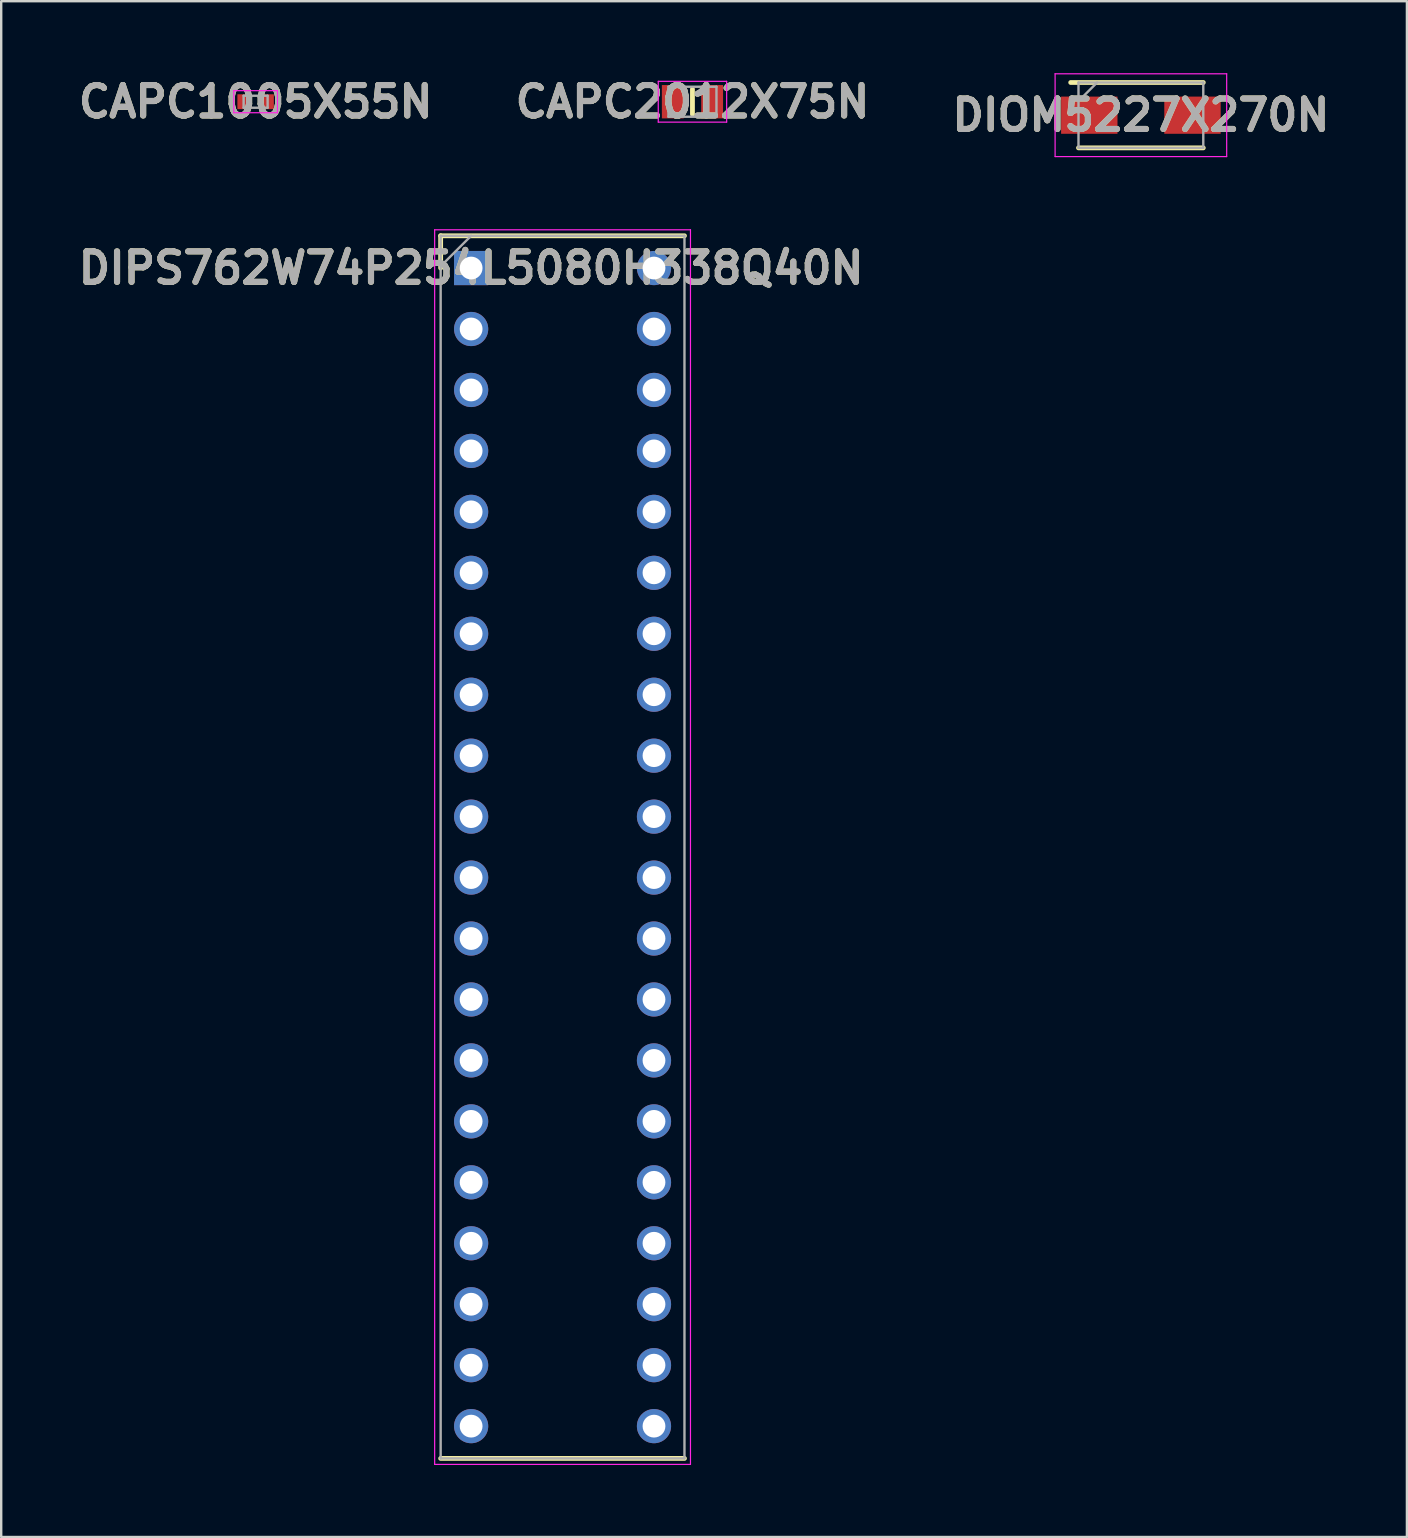
<source format=kicad_pcb>
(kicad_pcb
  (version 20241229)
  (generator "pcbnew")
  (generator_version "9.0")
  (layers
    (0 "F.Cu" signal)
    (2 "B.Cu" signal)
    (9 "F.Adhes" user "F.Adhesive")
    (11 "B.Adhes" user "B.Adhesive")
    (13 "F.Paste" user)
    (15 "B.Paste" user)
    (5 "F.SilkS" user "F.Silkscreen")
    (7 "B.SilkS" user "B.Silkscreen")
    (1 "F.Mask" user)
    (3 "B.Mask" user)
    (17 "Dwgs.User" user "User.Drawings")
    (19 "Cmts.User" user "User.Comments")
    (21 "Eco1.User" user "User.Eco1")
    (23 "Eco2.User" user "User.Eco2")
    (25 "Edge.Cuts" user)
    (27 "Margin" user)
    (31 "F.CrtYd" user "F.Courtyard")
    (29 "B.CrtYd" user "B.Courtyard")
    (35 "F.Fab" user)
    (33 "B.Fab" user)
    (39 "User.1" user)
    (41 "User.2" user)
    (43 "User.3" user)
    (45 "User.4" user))
  (footprint "CAPC1005X55N"
    (layer "F.Cu")
    (at 7.602 1.189)
    (property "Reference" "CAPC1005X55N" (at 0 0 0) (layer "F.SilkS") (effects (font (size 1.27 1.27) (thickness 0.254))))
    (attr smd)
    (fp_line (start -0.91 -0.46) (end 0.91 -0.46) (stroke (width 0.05) (type solid)) (layer "F.CrtYd"))
    (fp_line (start -0.91 0.46) (end -0.91 -0.46) (stroke (width 0.05) (type solid)) (layer "F.CrtYd"))
    (fp_line (start 0.91 -0.46) (end 0.91 0.46) (stroke (width 0.05) (type solid)) (layer "F.CrtYd"))
    (fp_line (start 0.91 0.46) (end -0.91 0.46) (stroke (width 0.05) (type solid)) (layer "F.CrtYd"))
    (fp_line (start -0.5 -0.25) (end 0.5 -0.25) (stroke (width 0.1) (type solid)) (layer "F.Fab"))
    (fp_line (start -0.5 0.25) (end -0.5 -0.25) (stroke (width 0.1) (type solid)) (layer "F.Fab"))
    (fp_line (start 0.5 -0.25) (end 0.5 0.25) (stroke (width 0.1) (type solid)) (layer "F.Fab"))
    (fp_line (start 0.5 0.25) (end -0.5 0.25) (stroke (width 0.1) (type solid)) (layer "F.Fab"))
    (fp_text user "${REFERENCE}" (at 0 0 0) (layer "F.Fab") (effects (font (size 1.27 1.27) (thickness 0.254))))
    (pad "1" smd rect (at -0.46 0) (size 0.6 0.62) (layers "F.Cu" "F.Mask" "F.Paste"))
    (pad "2" smd rect (at 0.46 0) (size 0.6 0.62) (layers "F.Cu" "F.Mask" "F.Paste")))
  (footprint "DIPS762W74P254L5080H338Q40N"
    (layer "F.Cu")
    (at 16.583 8.12)
    (property "Reference" "DIPS762W74P254L5080H338Q40N" (at 0 0 0) (layer "F.SilkS") (effects (font (size 1.27 1.27) (thickness 0.254))))
    (attr through_hole)
    (fp_line (start -1.27 -1.345) (end -1.27 0) (stroke (width 0.2) (type solid)) (layer "F.SilkS"))
    (fp_line (start -1.27 49.605) (end 8.89 49.605) (stroke (width 0.2) (type solid)) (layer "F.SilkS"))
    (fp_line (start 8.89 -1.345) (end -1.27 -1.345) (stroke (width 0.2) (type solid)) (layer "F.SilkS"))
    (fp_line (start -1.52 -1.595) (end 9.14 -1.595) (stroke (width 0.05) (type solid)) (layer "F.CrtYd"))
    (fp_line (start -1.52 49.855) (end -1.52 -1.595) (stroke (width 0.05) (type solid)) (layer "F.CrtYd"))
    (fp_line (start 9.14 -1.595) (end 9.14 49.855) (stroke (width 0.05) (type solid)) (layer "F.CrtYd"))
    (fp_line (start 9.14 49.855) (end -1.52 49.855) (stroke (width 0.05) (type solid)) (layer "F.CrtYd"))
    (fp_line (start -1.27 -1.345) (end 8.89 -1.345) (stroke (width 0.1) (type solid)) (layer "F.Fab"))
    (fp_line (start -1.27 -0.075) (end 0 -1.345) (stroke (width 0.1) (type solid)) (layer "F.Fab"))
    (fp_line (start -1.27 49.605) (end -1.27 -1.345) (stroke (width 0.1) (type solid)) (layer "F.Fab"))
    (fp_line (start 8.89 -1.345) (end 8.89 49.605) (stroke (width 0.1) (type solid)) (layer "F.Fab"))
    (fp_line (start 8.89 49.605) (end -1.27 49.605) (stroke (width 0.1) (type solid)) (layer "F.Fab"))
    (fp_text user "${REFERENCE}" (at 0 0 0) (layer "F.Fab") (effects (font (size 1.27 1.27) (thickness 0.254))))
    (pad "1" thru_hole rect (at 0 0) (size 1.425 1.425) (drill 0.95) (layers "*.Cu" "*.Mask"))
    (pad "2" thru_hole circle (at 0 2.54) (size 1.425 1.425) (drill 0.95) (layers "*.Cu" "*.Mask"))
    (pad "3" thru_hole circle (at 0 5.08) (size 1.425 1.425) (drill 0.95) (layers "*.Cu" "*.Mask"))
    (pad "4" thru_hole circle (at 0 7.62) (size 1.425 1.425) (drill 0.95) (layers "*.Cu" "*.Mask"))
    (pad "5" thru_hole circle (at 0 10.16) (size 1.425 1.425) (drill 0.95) (layers "*.Cu" "*.Mask"))
    (pad "6" thru_hole circle (at 0 12.7) (size 1.425 1.425) (drill 0.95) (layers "*.Cu" "*.Mask"))
    (pad "7" thru_hole circle (at 0 15.24) (size 1.425 1.425) (drill 0.95) (layers "*.Cu" "*.Mask"))
    (pad "8" thru_hole circle (at 0 17.78) (size 1.425 1.425) (drill 0.95) (layers "*.Cu" "*.Mask"))
    (pad "9" thru_hole circle (at 0 20.32) (size 1.425 1.425) (drill 0.95) (layers "*.Cu" "*.Mask"))
    (pad "10" thru_hole circle (at 0 22.86) (size 1.425 1.425) (drill 0.95) (layers "*.Cu" "*.Mask"))
    (pad "11" thru_hole circle (at 0 25.4) (size 1.425 1.425) (drill 0.95) (layers "*.Cu" "*.Mask"))
    (pad "12" thru_hole circle (at 0 27.94) (size 1.425 1.425) (drill 0.95) (layers "*.Cu" "*.Mask"))
    (pad "13" thru_hole circle (at 0 30.48) (size 1.425 1.425) (drill 0.95) (layers "*.Cu" "*.Mask"))
    (pad "14" thru_hole circle (at 0 33.02) (size 1.425 1.425) (drill 0.95) (layers "*.Cu" "*.Mask"))
    (pad "15" thru_hole circle (at 0 35.56) (size 1.425 1.425) (drill 0.95) (layers "*.Cu" "*.Mask"))
    (pad "16" thru_hole circle (at 0 38.1) (size 1.425 1.425) (drill 0.95) (layers "*.Cu" "*.Mask"))
    (pad "17" thru_hole circle (at 0 40.64) (size 1.425 1.425) (drill 0.95) (layers "*.Cu" "*.Mask"))
    (pad "18" thru_hole circle (at 0 43.18) (size 1.425 1.425) (drill 0.95) (layers "*.Cu" "*.Mask"))
    (pad "19" thru_hole circle (at 0 45.72) (size 1.425 1.425) (drill 0.95) (layers "*.Cu" "*.Mask"))
    (pad "20" thru_hole circle (at 0 48.26) (size 1.425 1.425) (drill 0.95) (layers "*.Cu" "*.Mask"))
    (pad "21" thru_hole circle (at 7.62 48.26) (size 1.425 1.425) (drill 0.95) (layers "*.Cu" "*.Mask"))
    (pad "22" thru_hole circle (at 7.62 45.72) (size 1.425 1.425) (drill 0.95) (layers "*.Cu" "*.Mask"))
    (pad "23" thru_hole circle (at 7.62 43.18) (size 1.425 1.425) (drill 0.95) (layers "*.Cu" "*.Mask"))
    (pad "24" thru_hole circle (at 7.62 40.64) (size 1.425 1.425) (drill 0.95) (layers "*.Cu" "*.Mask"))
    (pad "25" thru_hole circle (at 7.62 38.1) (size 1.425 1.425) (drill 0.95) (layers "*.Cu" "*.Mask"))
    (pad "26" thru_hole circle (at 7.62 35.56) (size 1.425 1.425) (drill 0.95) (layers "*.Cu" "*.Mask"))
    (pad "27" thru_hole circle (at 7.62 33.02) (size 1.425 1.425) (drill 0.95) (layers "*.Cu" "*.Mask"))
    (pad "28" thru_hole circle (at 7.62 30.48) (size 1.425 1.425) (drill 0.95) (layers "*.Cu" "*.Mask"))
    (pad "29" thru_hole circle (at 7.62 27.94) (size 1.425 1.425) (drill 0.95) (layers "*.Cu" "*.Mask"))
    (pad "30" thru_hole circle (at 7.62 25.4) (size 1.425 1.425) (drill 0.95) (layers "*.Cu" "*.Mask"))
    (pad "31" thru_hole circle (at 7.62 22.86) (size 1.425 1.425) (drill 0.95) (layers "*.Cu" "*.Mask"))
    (pad "32" thru_hole circle (at 7.62 20.32) (size 1.425 1.425) (drill 0.95) (layers "*.Cu" "*.Mask"))
    (pad "33" thru_hole circle (at 7.62 17.78) (size 1.425 1.425) (drill 0.95) (layers "*.Cu" "*.Mask"))
    (pad "34" thru_hole circle (at 7.62 15.24) (size 1.425 1.425) (drill 0.95) (layers "*.Cu" "*.Mask"))
    (pad "35" thru_hole circle (at 7.62 12.7) (size 1.425 1.425) (drill 0.95) (layers "*.Cu" "*.Mask"))
    (pad "36" thru_hole circle (at 7.62 10.16) (size 1.425 1.425) (drill 0.95) (layers "*.Cu" "*.Mask"))
    (pad "37" thru_hole circle (at 7.62 7.62) (size 1.425 1.425) (drill 0.95) (layers "*.Cu" "*.Mask"))
    (pad "38" thru_hole circle (at 7.62 5.08) (size 1.425 1.425) (drill 0.95) (layers "*.Cu" "*.Mask"))
    (pad "39" thru_hole circle (at 7.62 2.54) (size 1.425 1.425) (drill 0.95) (layers "*.Cu" "*.Mask"))
    (pad "40" thru_hole circle (at 7.62 0) (size 1.425 1.425) (drill 0.95) (layers "*.Cu" "*.Mask")))
  (footprint "CAPC2012X75N"
    (layer "F.Cu")
    (at 25.806 1.189)
    (property "Reference" "CAPC2012X75N" (at 0 0 0) (layer "F.SilkS") (effects (font (size 1.27 1.27) (thickness 0.254))))
    (attr smd)
    (fp_line (start 0 -0.525) (end 0 0.525) (stroke (width 0.2) (type solid)) (layer "F.SilkS"))
    (fp_line (start -1.425 -0.85) (end 1.425 -0.85) (stroke (width 0.05) (type solid)) (layer "F.CrtYd"))
    (fp_line (start -1.425 0.85) (end -1.425 -0.85) (stroke (width 0.05) (type solid)) (layer "F.CrtYd"))
    (fp_line (start 1.425 -0.85) (end 1.425 0.85) (stroke (width 0.05) (type solid)) (layer "F.CrtYd"))
    (fp_line (start 1.425 0.85) (end -1.425 0.85) (stroke (width 0.05) (type solid)) (layer "F.CrtYd"))
    (fp_line (start -1 -0.625) (end 1 -0.625) (stroke (width 0.1) (type solid)) (layer "F.Fab"))
    (fp_line (start -1 0.625) (end -1 -0.625) (stroke (width 0.1) (type solid)) (layer "F.Fab"))
    (fp_line (start 1 -0.625) (end 1 0.625) (stroke (width 0.1) (type solid)) (layer "F.Fab"))
    (fp_line (start 1 0.625) (end -1 0.625) (stroke (width 0.1) (type solid)) (layer "F.Fab"))
    (fp_text user "${REFERENCE}" (at 0 0 0) (layer "F.Fab") (effects (font (size 1.27 1.27) (thickness 0.254))))
    (pad "1" smd rect (at -0.82 0) (size 0.91 1.39) (layers "F.Cu" "F.Mask" "F.Paste"))
    (pad "2" smd rect (at 0.82 0) (size 0.91 1.39) (layers "F.Cu" "F.Mask" "F.Paste")))
  (footprint "DIOM5227X270N"
    (layer "F.Cu")
    (at 44.493 1.75)
    (property "Reference" "DIOM5227X270N" (at 0 0 0) (layer "F.SilkS") (effects (font (size 1.27 1.27) (thickness 0.254))))
    (attr smd)
    (fp_line (start -2.6 1.362) (end 2.6 1.362) (stroke (width 0.2) (type solid)) (layer "F.SilkS"))
    (fp_line (start 2.6 -1.362) (end -2.925 -1.362) (stroke (width 0.2) (type solid)) (layer "F.SilkS"))
    (fp_line (start -3.575 -1.725) (end 3.575 -1.725) (stroke (width 0.05) (type solid)) (layer "F.CrtYd"))
    (fp_line (start -3.575 1.725) (end -3.575 -1.725) (stroke (width 0.05) (type solid)) (layer "F.CrtYd"))
    (fp_line (start 3.575 -1.725) (end 3.575 1.725) (stroke (width 0.05) (type solid)) (layer "F.CrtYd"))
    (fp_line (start 3.575 1.725) (end -3.575 1.725) (stroke (width 0.05) (type solid)) (layer "F.CrtYd"))
    (fp_line (start -2.6 -1.362) (end 2.6 -1.362) (stroke (width 0.1) (type solid)) (layer "F.Fab"))
    (fp_line (start -2.6 -0.588) (end -1.825 -1.362) (stroke (width 0.1) (type solid)) (layer "F.Fab"))
    (fp_line (start -2.6 1.362) (end -2.6 -1.362) (stroke (width 0.1) (type solid)) (layer "F.Fab"))
    (fp_line (start 2.6 -1.362) (end 2.6 1.362) (stroke (width 0.1) (type solid)) (layer "F.Fab"))
    (fp_line (start 2.6 1.362) (end -2.6 1.362) (stroke (width 0.1) (type solid)) (layer "F.Fab"))
    (fp_text user "${REFERENCE}" (at 0 0 0) (layer "F.Fab") (effects (font (size 1.27 1.27) (thickness 0.254))))
    (pad "1" smd rect (at -2.15 0 90) (size 1.55 2.35) (layers "F.Cu" "F.Mask" "F.Paste"))
    (pad "2" smd rect (at 2.15 0 90) (size 1.55 2.35) (layers "F.Cu" "F.Mask" "F.Paste")))
  (gr_rect
    (start -3 -3)
    (end 55.579 61)
    (stroke (width 0.1) (type default))
    (fill no)
    (layer "Edge.Cuts")))
</source>
